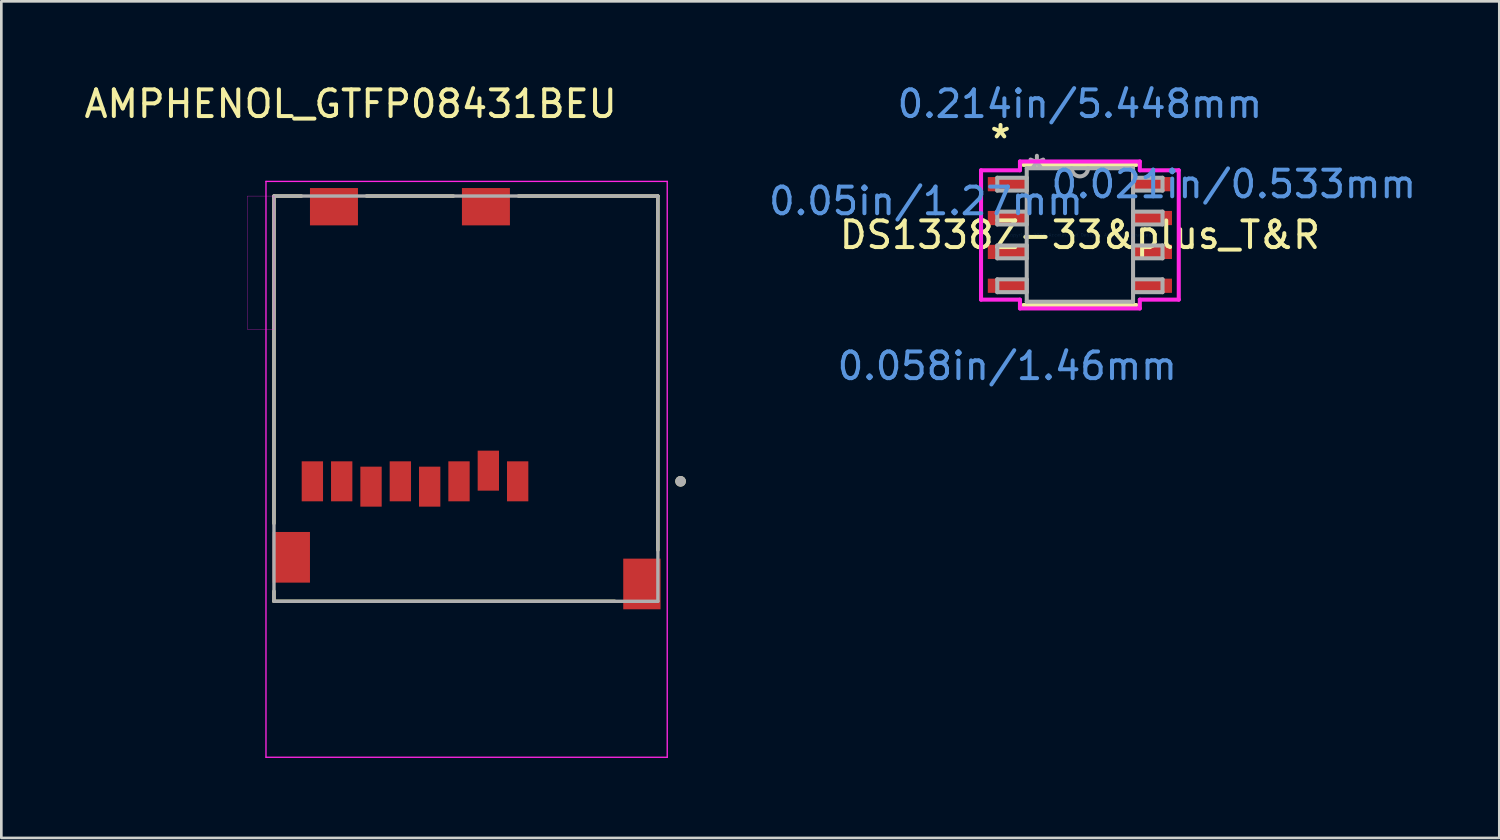
<source format=kicad_pcb>
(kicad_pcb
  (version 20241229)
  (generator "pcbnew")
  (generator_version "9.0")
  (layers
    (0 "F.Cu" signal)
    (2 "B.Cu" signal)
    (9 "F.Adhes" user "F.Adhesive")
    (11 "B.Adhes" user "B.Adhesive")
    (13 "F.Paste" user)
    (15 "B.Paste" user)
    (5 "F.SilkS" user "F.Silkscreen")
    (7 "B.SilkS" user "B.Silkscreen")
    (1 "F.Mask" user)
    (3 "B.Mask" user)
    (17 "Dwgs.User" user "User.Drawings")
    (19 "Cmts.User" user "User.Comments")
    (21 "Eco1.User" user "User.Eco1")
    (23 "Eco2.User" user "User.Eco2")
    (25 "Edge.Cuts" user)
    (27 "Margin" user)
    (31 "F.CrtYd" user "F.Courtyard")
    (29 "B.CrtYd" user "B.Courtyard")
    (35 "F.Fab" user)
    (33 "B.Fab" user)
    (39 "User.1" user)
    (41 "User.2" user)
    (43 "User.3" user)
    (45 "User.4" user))
  (footprint "AMPHENOL_GTFP08431BEU"
    (layer "F.Cu")
    (at 14.426 17.853)
    (property "Reference" "AMPHENOL_GTFP08431BEU" (at -4.325 -17.005 0) (layer "F.SilkS") (effects (font (size 1 1) (thickness 0.15))))
    (attr smd)
    (fp_line (start -7.2 -13.55) (end -6.17 -13.55) (stroke (width 0.127) (type solid)) (layer "F.SilkS"))
    (fp_line (start -7.2 -1.27) (end -7.2 -13.55) (stroke (width 0.127) (type solid)) (layer "F.SilkS"))
    (fp_line (start -7.2 1.65) (end -7.2 1.27) (stroke (width 0.127) (type solid)) (layer "F.SilkS"))
    (fp_line (start -3.73 -13.55) (end -0.47 -13.55) (stroke (width 0.127) (type solid)) (layer "F.SilkS"))
    (fp_line (start 1.97 -13.55) (end 7.2 -13.55) (stroke (width 0.127) (type solid)) (layer "F.SilkS"))
    (fp_line (start 5.58 1.65) (end -7.2 1.65) (stroke (width 0.127) (type solid)) (layer "F.SilkS"))
    (fp_line (start 7.2 -13.55) (end 7.2 -0.27) (stroke (width 0.127) (type solid)) (layer "F.SilkS"))
    (fp_circle (center 8.05 -2.85) (end 8.15 -2.85) (stroke (width 0.2) (type solid)) (fill no) (layer "F.SilkS"))
    (fp_line (start -7.5 -14.1) (end -7.5 7.5) (stroke (width 0.05) (type solid)) (layer "F.CrtYd"))
    (fp_line (start -7.5 7.5) (end 7.55 7.5) (stroke (width 0.05) (type solid)) (layer "F.CrtYd"))
    (fp_line (start 7.55 -14.1) (end -7.5 -14.1) (stroke (width 0.05) (type solid)) (layer "F.CrtYd"))
    (fp_line (start 7.55 7.5) (end 7.55 -14.1) (stroke (width 0.05) (type solid)) (layer "F.CrtYd"))
    (fp_poly (pts (xy -8.2 -13.55) (xy -7.2 -13.55) (xy -7.2 -8.55) (xy -8.2 -8.55)) (stroke (width 0.01) (type solid)) (fill no) (layer "F.CrtYd"))
    (fp_line (start -7.2 -13.55) (end 7.2 -13.55) (stroke (width 0.127) (type solid)) (layer "F.Fab"))
    (fp_line (start -7.2 1.65) (end -7.2 -13.55) (stroke (width 0.127) (type solid)) (layer "F.Fab"))
    (fp_line (start 7.2 -13.55) (end 7.2 1.65) (stroke (width 0.127) (type solid)) (layer "F.Fab"))
    (fp_line (start 7.2 1.65) (end -7.2 1.65) (stroke (width 0.127) (type solid)) (layer "F.Fab"))
    (fp_circle (center 8.05 -2.85) (end 8.15 -2.85) (stroke (width 0.2) (type solid)) (fill no) (layer "F.Fab"))
    (pad "1" smd rect (at 1.94 -2.85) (size 0.8 1.5) (layers "F.Cu" "F.Mask" "F.Paste"))
    (pad "2" smd rect (at 0.84 -3.25) (size 0.8 1.5) (layers "F.Cu" "F.Mask" "F.Paste"))
    (pad "3" smd rect (at -0.26 -2.85) (size 0.8 1.5) (layers "F.Cu" "F.Mask" "F.Paste"))
    (pad "4" smd rect (at -1.36 -2.65) (size 0.8 1.5) (layers "F.Cu" "F.Mask" "F.Paste"))
    (pad "5" smd rect (at -2.46 -2.85) (size 0.8 1.5) (layers "F.Cu" "F.Mask" "F.Paste"))
    (pad "6" smd rect (at -3.56 -2.65) (size 0.8 1.5) (layers "F.Cu" "F.Mask" "F.Paste"))
    (pad "7" smd rect (at -4.66 -2.85) (size 0.8 1.5) (layers "F.Cu" "F.Mask" "F.Paste"))
    (pad "8" smd rect (at -5.76 -2.85) (size 0.8 1.5) (layers "F.Cu" "F.Mask" "F.Paste"))
    (pad "CD_PIN" smd rect (at -4.95 -13.15) (size 1.8 1.4) (layers "F.Cu" "F.Mask" "F.Paste"))
    (pad "G1" smd rect (at 0.75 -13.15) (size 1.8 1.4) (layers "F.Cu" "F.Mask" "F.Paste"))
    (pad "G2" smd rect (at -6.55 0) (size 1.4 1.9) (layers "F.Cu" "F.Mask" "F.Paste"))
    (pad "G3" smd rect (at 6.6 1) (size 1.4 1.9) (layers "F.Cu" "F.Mask" "F.Paste")))
  (footprint "DS1338Z-33&plus_T&R"
    (layer "F.Cu")
    (at 37.454 5.763)
    (property "Reference" "DS1338Z-33&plus_T&R" (at 0 0 0) (layer "F.SilkS") (effects (font (size 1 1) (thickness 0.15))))
    (attr through_hole)
    (fp_line (start -2.121 2.629) (end 2.121 2.629) (stroke (width 0.152) (type solid)) (layer "F.SilkS"))
    (fp_line (start 2.121 -2.629) (end -2.121 -2.629) (stroke (width 0.152) (type solid)) (layer "F.SilkS"))
    (fp_line (start -3.708 -2.426) (end -2.248 -2.426) (stroke (width 0.152) (type solid)) (layer "F.CrtYd"))
    (fp_line (start -3.708 2.426) (end -3.708 -2.426) (stroke (width 0.152) (type solid)) (layer "F.CrtYd"))
    (fp_line (start -3.708 2.426) (end -2.248 2.426) (stroke (width 0.152) (type solid)) (layer "F.CrtYd"))
    (fp_line (start -2.248 -2.756) (end 2.248 -2.756) (stroke (width 0.152) (type solid)) (layer "F.CrtYd"))
    (fp_line (start -2.248 -2.426) (end -2.248 -2.756) (stroke (width 0.152) (type solid)) (layer "F.CrtYd"))
    (fp_line (start -2.248 2.756) (end -2.248 2.426) (stroke (width 0.152) (type solid)) (layer "F.CrtYd"))
    (fp_line (start 2.248 -2.756) (end 2.248 -2.426) (stroke (width 0.152) (type solid)) (layer "F.CrtYd"))
    (fp_line (start 2.248 2.426) (end 2.248 2.756) (stroke (width 0.152) (type solid)) (layer "F.CrtYd"))
    (fp_line (start 2.248 2.756) (end -2.248 2.756) (stroke (width 0.152) (type solid)) (layer "F.CrtYd"))
    (fp_line (start 3.708 -2.426) (end 2.248 -2.426) (stroke (width 0.152) (type solid)) (layer "F.CrtYd"))
    (fp_line (start 3.708 -2.426) (end 3.708 2.426) (stroke (width 0.152) (type solid)) (layer "F.CrtYd"))
    (fp_line (start 3.708 2.426) (end 2.248 2.426) (stroke (width 0.152) (type solid)) (layer "F.CrtYd"))
    (fp_line (start -3.099 -2.146) (end -3.099 -1.664) (stroke (width 0.152) (type solid)) (layer "F.Fab"))
    (fp_line (start -3.099 -1.664) (end -1.994 -1.664) (stroke (width 0.152) (type solid)) (layer "F.Fab"))
    (fp_line (start -3.099 -0.876) (end -3.099 -0.394) (stroke (width 0.152) (type solid)) (layer "F.Fab"))
    (fp_line (start -3.099 -0.394) (end -1.994 -0.394) (stroke (width 0.152) (type solid)) (layer "F.Fab"))
    (fp_line (start -3.099 0.394) (end -3.099 0.876) (stroke (width 0.152) (type solid)) (layer "F.Fab"))
    (fp_line (start -3.099 0.876) (end -1.994 0.876) (stroke (width 0.152) (type solid)) (layer "F.Fab"))
    (fp_line (start -3.099 1.664) (end -3.099 2.146) (stroke (width 0.152) (type solid)) (layer "F.Fab"))
    (fp_line (start -3.099 2.146) (end -1.994 2.146) (stroke (width 0.152) (type solid)) (layer "F.Fab"))
    (fp_line (start -1.994 -2.502) (end -1.994 2.502) (stroke (width 0.152) (type solid)) (layer "F.Fab"))
    (fp_line (start -1.994 -2.146) (end -3.099 -2.146) (stroke (width 0.152) (type solid)) (layer "F.Fab"))
    (fp_line (start -1.994 -1.664) (end -1.994 -2.146) (stroke (width 0.152) (type solid)) (layer "F.Fab"))
    (fp_line (start -1.994 -0.876) (end -3.099 -0.876) (stroke (width 0.152) (type solid)) (layer "F.Fab"))
    (fp_line (start -1.994 -0.394) (end -1.994 -0.876) (stroke (width 0.152) (type solid)) (layer "F.Fab"))
    (fp_line (start -1.994 0.394) (end -3.099 0.394) (stroke (width 0.152) (type solid)) (layer "F.Fab"))
    (fp_line (start -1.994 0.876) (end -1.994 0.394) (stroke (width 0.152) (type solid)) (layer "F.Fab"))
    (fp_line (start -1.994 1.664) (end -3.099 1.664) (stroke (width 0.152) (type solid)) (layer "F.Fab"))
    (fp_line (start -1.994 2.146) (end -1.994 1.664) (stroke (width 0.152) (type solid)) (layer "F.Fab"))
    (fp_line (start -1.994 2.502) (end 1.994 2.502) (stroke (width 0.152) (type solid)) (layer "F.Fab"))
    (fp_line (start 1.994 -2.502) (end -1.994 -2.502) (stroke (width 0.152) (type solid)) (layer "F.Fab"))
    (fp_line (start 1.994 -2.146) (end 1.994 -1.664) (stroke (width 0.152) (type solid)) (layer "F.Fab"))
    (fp_line (start 1.994 -1.664) (end 3.099 -1.664) (stroke (width 0.152) (type solid)) (layer "F.Fab"))
    (fp_line (start 1.994 -0.876) (end 1.994 -0.394) (stroke (width 0.152) (type solid)) (layer "F.Fab"))
    (fp_line (start 1.994 -0.394) (end 3.099 -0.394) (stroke (width 0.152) (type solid)) (layer "F.Fab"))
    (fp_line (start 1.994 0.394) (end 1.994 0.876) (stroke (width 0.152) (type solid)) (layer "F.Fab"))
    (fp_line (start 1.994 0.876) (end 3.099 0.876) (stroke (width 0.152) (type solid)) (layer "F.Fab"))
    (fp_line (start 1.994 1.664) (end 1.994 2.146) (stroke (width 0.152) (type solid)) (layer "F.Fab"))
    (fp_line (start 1.994 2.146) (end 3.099 2.146) (stroke (width 0.152) (type solid)) (layer "F.Fab"))
    (fp_line (start 1.994 2.502) (end 1.994 -2.502) (stroke (width 0.152) (type solid)) (layer "F.Fab"))
    (fp_line (start 3.099 -2.146) (end 1.994 -2.146) (stroke (width 0.152) (type solid)) (layer "F.Fab"))
    (fp_line (start 3.099 -1.664) (end 3.099 -2.146) (stroke (width 0.152) (type solid)) (layer "F.Fab"))
    (fp_line (start 3.099 -0.876) (end 1.994 -0.876) (stroke (width 0.152) (type solid)) (layer "F.Fab"))
    (fp_line (start 3.099 -0.394) (end 3.099 -0.876) (stroke (width 0.152) (type solid)) (layer "F.Fab"))
    (fp_line (start 3.099 0.394) (end 1.994 0.394) (stroke (width 0.152) (type solid)) (layer "F.Fab"))
    (fp_line (start 3.099 0.876) (end 3.099 0.394) (stroke (width 0.152) (type solid)) (layer "F.Fab"))
    (fp_line (start 3.099 1.664) (end 1.994 1.664) (stroke (width 0.152) (type solid)) (layer "F.Fab"))
    (fp_line (start 3.099 2.146) (end 3.099 1.664) (stroke (width 0.152) (type solid)) (layer "F.Fab"))
    (fp_arc (start 0.3048 -2.5019) (mid 0 -2.1971) (end -0.3048 -2.5019) (stroke (width 0.1524) (type solid)) (layer "F.Fab"))
    (fp_text user "*" (at -2.978 -3.581 0) (layer "F.SilkS") (effects (font (size 1 1) (thickness 0.15))))
    (fp_text user "0.021in/0.533mm" (at 5.772 -1.905 0) (layer "Cmts.User") (effects (font (size 1 1) (thickness 0.15))))
    (fp_text user "Copyright 2016 Accelerated Designs. All rights reserved." (at 0 0 0) (layer "Cmts.User") (effects (font (size 0.127 0.127) (thickness 0.002))))
    (fp_text user "0.058in/1.46mm" (at -2.724 4.915 0) (layer "Cmts.User") (effects (font (size 1 1) (thickness 0.15))))
    (fp_text user "0.214in/5.448mm" (at 0 -4.915 0) (layer "Cmts.User") (effects (font (size 1 1) (thickness 0.15))))
    (fp_text user "0.05in/1.27mm" (at -5.772 -1.27 0) (layer "Cmts.User") (effects (font (size 1 1) (thickness 0.15))))
    (fp_text user "*" (at -1.613 -2.426 0) (layer "F.Fab") (effects (font (size 1 1) (thickness 0.15))))
    (pad "1" smd rect (at -2.724 -1.905) (size 1.46 0.533) (layers "F.Cu" "F.Mask" "F.Paste"))
    (pad "2" smd rect (at -2.724 -0.635) (size 1.46 0.533) (layers "F.Cu" "F.Mask" "F.Paste"))
    (pad "3" smd rect (at -2.724 0.635) (size 1.46 0.533) (layers "F.Cu" "F.Mask" "F.Paste"))
    (pad "4" smd rect (at -2.724 1.905) (size 1.46 0.533) (layers "F.Cu" "F.Mask" "F.Paste"))
    (pad "5" smd rect (at 2.724 1.905) (size 1.46 0.533) (layers "F.Cu" "F.Mask" "F.Paste"))
    (pad "6" smd rect (at 2.724 0.635) (size 1.46 0.533) (layers "F.Cu" "F.Mask" "F.Paste"))
    (pad "7" smd rect (at 2.724 -0.635) (size 1.46 0.533) (layers "F.Cu" "F.Mask" "F.Paste"))
    (pad "8" smd rect (at 2.724 -1.905) (size 1.46 0.533) (layers "F.Cu" "F.Mask" "F.Paste")))
  (gr_rect
    (start -3 -3)
    (end 53.185 28.378)
    (stroke (width 0.1) (type default))
    (fill no)
    (layer "Edge.Cuts")))
</source>
